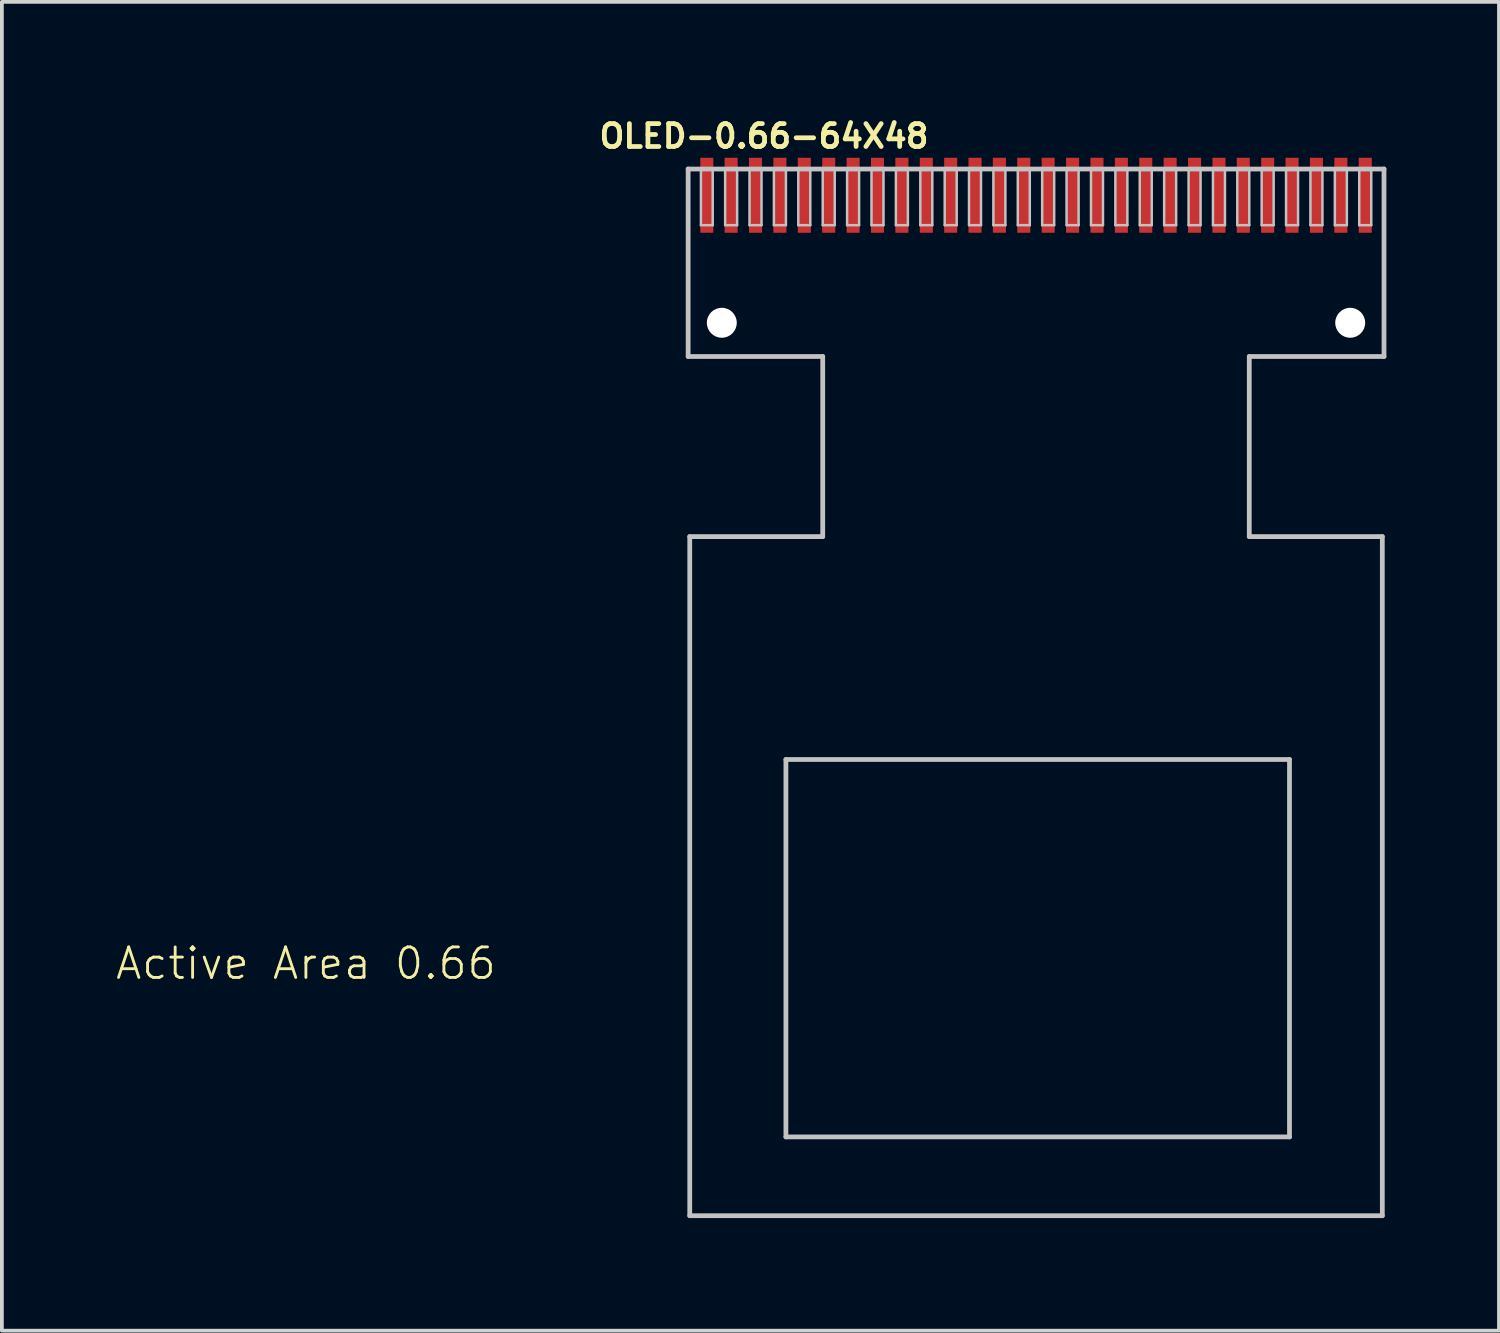
<source format=kicad_pcb>
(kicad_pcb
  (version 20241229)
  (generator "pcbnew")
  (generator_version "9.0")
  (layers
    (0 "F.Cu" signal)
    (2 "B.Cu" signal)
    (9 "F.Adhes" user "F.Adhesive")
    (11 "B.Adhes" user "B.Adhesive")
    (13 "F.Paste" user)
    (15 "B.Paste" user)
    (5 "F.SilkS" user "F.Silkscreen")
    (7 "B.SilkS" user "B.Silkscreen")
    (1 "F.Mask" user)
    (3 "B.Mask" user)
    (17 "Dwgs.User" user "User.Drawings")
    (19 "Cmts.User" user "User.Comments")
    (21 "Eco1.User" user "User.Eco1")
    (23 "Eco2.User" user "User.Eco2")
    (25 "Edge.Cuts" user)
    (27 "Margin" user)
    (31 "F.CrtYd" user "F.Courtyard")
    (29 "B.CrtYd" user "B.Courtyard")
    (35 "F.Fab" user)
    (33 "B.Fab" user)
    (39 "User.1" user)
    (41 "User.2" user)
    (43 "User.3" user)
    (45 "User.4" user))
  (footprint "OLED-0.66-64X48"
    (layer "F.Cu")
    (at 15.789 2.154)
    (property "Reference" "OLED-0.66-64X48" (at 1.524 -1.575 0) (layer "F.SilkS") (effects (font (size 0.61 0.61) (thickness 0.127))))
    (attr smd)
    (fp_line (start -0.498 -0.699) (end -0.498 4.298) (stroke (width 0.127) (type solid)) (layer "Dwgs.User"))
    (fp_line (start -0.498 4.298) (end 3.089 4.298) (stroke (width 0.127) (type solid)) (layer "Dwgs.User"))
    (fp_line (start -0.455 9.098) (end -0.455 27.198) (stroke (width 0.127) (type solid)) (layer "Dwgs.User"))
    (fp_line (start -0.455 27.198) (end 18.004 27.198) (stroke (width 0.127) (type solid)) (layer "Dwgs.User"))
    (fp_line (start -0.157 -0.699) (end 0.157 -0.699) (stroke (width 0.066) (type solid)) (layer "Dwgs.User"))
    (fp_line (start -0.157 0.798) (end -0.157 -0.699) (stroke (width 0.066) (type solid)) (layer "Dwgs.User"))
    (fp_line (start -0.157 0.798) (end 0.157 0.798) (stroke (width 0.066) (type solid)) (layer "Dwgs.User"))
    (fp_line (start 0.157 0.798) (end 0.157 -0.699) (stroke (width 0.066) (type solid)) (layer "Dwgs.User"))
    (fp_line (start 0.488 -0.699) (end 0.808 -0.699) (stroke (width 0.066) (type solid)) (layer "Dwgs.User"))
    (fp_line (start 0.488 0.798) (end 0.488 -0.699) (stroke (width 0.066) (type solid)) (layer "Dwgs.User"))
    (fp_line (start 0.488 0.798) (end 0.808 0.798) (stroke (width 0.066) (type solid)) (layer "Dwgs.User"))
    (fp_line (start 0.808 0.798) (end 0.808 -0.699) (stroke (width 0.066) (type solid)) (layer "Dwgs.User"))
    (fp_line (start 1.138 -0.699) (end 1.458 -0.699) (stroke (width 0.066) (type solid)) (layer "Dwgs.User"))
    (fp_line (start 1.138 0.798) (end 1.138 -0.699) (stroke (width 0.066) (type solid)) (layer "Dwgs.User"))
    (fp_line (start 1.138 0.798) (end 1.458 0.798) (stroke (width 0.066) (type solid)) (layer "Dwgs.User"))
    (fp_line (start 1.458 0.798) (end 1.458 -0.699) (stroke (width 0.066) (type solid)) (layer "Dwgs.User"))
    (fp_line (start 1.788 -0.699) (end 2.108 -0.699) (stroke (width 0.066) (type solid)) (layer "Dwgs.User"))
    (fp_line (start 1.788 0.798) (end 1.788 -0.699) (stroke (width 0.066) (type solid)) (layer "Dwgs.User"))
    (fp_line (start 1.788 0.798) (end 2.108 0.798) (stroke (width 0.066) (type solid)) (layer "Dwgs.User"))
    (fp_line (start 2.108 0.798) (end 2.108 -0.699) (stroke (width 0.066) (type solid)) (layer "Dwgs.User"))
    (fp_line (start 2.108 15.039) (end 2.108 25.098) (stroke (width 0.127) (type solid)) (layer "Dwgs.User"))
    (fp_line (start 2.108 25.098) (end 15.53 25.098) (stroke (width 0.127) (type solid)) (layer "Dwgs.User"))
    (fp_line (start 2.438 -0.699) (end 2.758 -0.699) (stroke (width 0.066) (type solid)) (layer "Dwgs.User"))
    (fp_line (start 2.438 0.798) (end 2.438 -0.699) (stroke (width 0.066) (type solid)) (layer "Dwgs.User"))
    (fp_line (start 2.438 0.798) (end 2.758 0.798) (stroke (width 0.066) (type solid)) (layer "Dwgs.User"))
    (fp_line (start 2.758 0.798) (end 2.758 -0.699) (stroke (width 0.066) (type solid)) (layer "Dwgs.User"))
    (fp_line (start 3.089 -0.699) (end 3.409 -0.699) (stroke (width 0.066) (type solid)) (layer "Dwgs.User"))
    (fp_line (start 3.089 0.798) (end 3.089 -0.699) (stroke (width 0.066) (type solid)) (layer "Dwgs.User"))
    (fp_line (start 3.089 0.798) (end 3.409 0.798) (stroke (width 0.066) (type solid)) (layer "Dwgs.User"))
    (fp_line (start 3.089 4.298) (end 3.089 9.098) (stroke (width 0.127) (type solid)) (layer "Dwgs.User"))
    (fp_line (start 3.089 9.098) (end -0.455 9.098) (stroke (width 0.127) (type solid)) (layer "Dwgs.User"))
    (fp_line (start 3.409 0.798) (end 3.409 -0.699) (stroke (width 0.066) (type solid)) (layer "Dwgs.User"))
    (fp_line (start 3.739 -0.699) (end 4.059 -0.699) (stroke (width 0.066) (type solid)) (layer "Dwgs.User"))
    (fp_line (start 3.739 0.798) (end 3.739 -0.699) (stroke (width 0.066) (type solid)) (layer "Dwgs.User"))
    (fp_line (start 3.739 0.798) (end 4.059 0.798) (stroke (width 0.066) (type solid)) (layer "Dwgs.User"))
    (fp_line (start 4.059 0.798) (end 4.059 -0.699) (stroke (width 0.066) (type solid)) (layer "Dwgs.User"))
    (fp_line (start 4.389 -0.699) (end 4.709 -0.699) (stroke (width 0.066) (type solid)) (layer "Dwgs.User"))
    (fp_line (start 4.389 0.798) (end 4.389 -0.699) (stroke (width 0.066) (type solid)) (layer "Dwgs.User"))
    (fp_line (start 4.389 0.798) (end 4.709 0.798) (stroke (width 0.066) (type solid)) (layer "Dwgs.User"))
    (fp_line (start 4.709 0.798) (end 4.709 -0.699) (stroke (width 0.066) (type solid)) (layer "Dwgs.User"))
    (fp_line (start 5.039 -0.699) (end 5.359 -0.699) (stroke (width 0.066) (type solid)) (layer "Dwgs.User"))
    (fp_line (start 5.039 0.798) (end 5.039 -0.699) (stroke (width 0.066) (type solid)) (layer "Dwgs.User"))
    (fp_line (start 5.039 0.798) (end 5.359 0.798) (stroke (width 0.066) (type solid)) (layer "Dwgs.User"))
    (fp_line (start 5.359 0.798) (end 5.359 -0.699) (stroke (width 0.066) (type solid)) (layer "Dwgs.User"))
    (fp_line (start 5.69 -0.699) (end 6.01 -0.699) (stroke (width 0.066) (type solid)) (layer "Dwgs.User"))
    (fp_line (start 5.69 0.798) (end 5.69 -0.699) (stroke (width 0.066) (type solid)) (layer "Dwgs.User"))
    (fp_line (start 5.69 0.798) (end 6.01 0.798) (stroke (width 0.066) (type solid)) (layer "Dwgs.User"))
    (fp_line (start 6.01 0.798) (end 6.01 -0.699) (stroke (width 0.066) (type solid)) (layer "Dwgs.User"))
    (fp_line (start 6.34 -0.699) (end 6.66 -0.699) (stroke (width 0.066) (type solid)) (layer "Dwgs.User"))
    (fp_line (start 6.34 0.798) (end 6.34 -0.699) (stroke (width 0.066) (type solid)) (layer "Dwgs.User"))
    (fp_line (start 6.34 0.798) (end 6.66 0.798) (stroke (width 0.066) (type solid)) (layer "Dwgs.User"))
    (fp_line (start 6.66 0.798) (end 6.66 -0.699) (stroke (width 0.066) (type solid)) (layer "Dwgs.User"))
    (fp_line (start 6.988 -0.699) (end 7.308 -0.699) (stroke (width 0.066) (type solid)) (layer "Dwgs.User"))
    (fp_line (start 6.988 0.798) (end 6.988 -0.699) (stroke (width 0.066) (type solid)) (layer "Dwgs.User"))
    (fp_line (start 6.988 0.798) (end 7.308 0.798) (stroke (width 0.066) (type solid)) (layer "Dwgs.User"))
    (fp_line (start 7.308 0.798) (end 7.308 -0.699) (stroke (width 0.066) (type solid)) (layer "Dwgs.User"))
    (fp_line (start 7.638 -0.699) (end 7.958 -0.699) (stroke (width 0.066) (type solid)) (layer "Dwgs.User"))
    (fp_line (start 7.638 0.798) (end 7.638 -0.699) (stroke (width 0.066) (type solid)) (layer "Dwgs.User"))
    (fp_line (start 7.638 0.798) (end 7.958 0.798) (stroke (width 0.066) (type solid)) (layer "Dwgs.User"))
    (fp_line (start 7.958 0.798) (end 7.958 -0.699) (stroke (width 0.066) (type solid)) (layer "Dwgs.User"))
    (fp_line (start 8.288 -0.699) (end 8.608 -0.699) (stroke (width 0.066) (type solid)) (layer "Dwgs.User"))
    (fp_line (start 8.288 0.798) (end 8.288 -0.699) (stroke (width 0.066) (type solid)) (layer "Dwgs.User"))
    (fp_line (start 8.288 0.798) (end 8.608 0.798) (stroke (width 0.066) (type solid)) (layer "Dwgs.User"))
    (fp_line (start 8.608 0.798) (end 8.608 -0.699) (stroke (width 0.066) (type solid)) (layer "Dwgs.User"))
    (fp_line (start 8.938 -0.699) (end 9.258 -0.699) (stroke (width 0.066) (type solid)) (layer "Dwgs.User"))
    (fp_line (start 8.938 0.798) (end 8.938 -0.699) (stroke (width 0.066) (type solid)) (layer "Dwgs.User"))
    (fp_line (start 8.938 0.798) (end 9.258 0.798) (stroke (width 0.066) (type solid)) (layer "Dwgs.User"))
    (fp_line (start 9.258 0.798) (end 9.258 -0.699) (stroke (width 0.066) (type solid)) (layer "Dwgs.User"))
    (fp_line (start 9.588 -0.699) (end 9.909 -0.699) (stroke (width 0.066) (type solid)) (layer "Dwgs.User"))
    (fp_line (start 9.588 0.798) (end 9.588 -0.699) (stroke (width 0.066) (type solid)) (layer "Dwgs.User"))
    (fp_line (start 9.588 0.798) (end 9.909 0.798) (stroke (width 0.066) (type solid)) (layer "Dwgs.User"))
    (fp_line (start 9.909 0.798) (end 9.909 -0.699) (stroke (width 0.066) (type solid)) (layer "Dwgs.User"))
    (fp_line (start 10.239 -0.699) (end 10.559 -0.699) (stroke (width 0.066) (type solid)) (layer "Dwgs.User"))
    (fp_line (start 10.239 0.798) (end 10.239 -0.699) (stroke (width 0.066) (type solid)) (layer "Dwgs.User"))
    (fp_line (start 10.239 0.798) (end 10.559 0.798) (stroke (width 0.066) (type solid)) (layer "Dwgs.User"))
    (fp_line (start 10.559 0.798) (end 10.559 -0.699) (stroke (width 0.066) (type solid)) (layer "Dwgs.User"))
    (fp_line (start 10.889 -0.699) (end 11.209 -0.699) (stroke (width 0.066) (type solid)) (layer "Dwgs.User"))
    (fp_line (start 10.889 0.798) (end 10.889 -0.699) (stroke (width 0.066) (type solid)) (layer "Dwgs.User"))
    (fp_line (start 10.889 0.798) (end 11.209 0.798) (stroke (width 0.066) (type solid)) (layer "Dwgs.User"))
    (fp_line (start 11.209 0.798) (end 11.209 -0.699) (stroke (width 0.066) (type solid)) (layer "Dwgs.User"))
    (fp_line (start 11.539 -0.699) (end 11.859 -0.699) (stroke (width 0.066) (type solid)) (layer "Dwgs.User"))
    (fp_line (start 11.539 0.798) (end 11.539 -0.699) (stroke (width 0.066) (type solid)) (layer "Dwgs.User"))
    (fp_line (start 11.539 0.798) (end 11.859 0.798) (stroke (width 0.066) (type solid)) (layer "Dwgs.User"))
    (fp_line (start 11.859 0.798) (end 11.859 -0.699) (stroke (width 0.066) (type solid)) (layer "Dwgs.User"))
    (fp_line (start 12.189 -0.699) (end 12.509 -0.699) (stroke (width 0.066) (type solid)) (layer "Dwgs.User"))
    (fp_line (start 12.189 0.798) (end 12.189 -0.699) (stroke (width 0.066) (type solid)) (layer "Dwgs.User"))
    (fp_line (start 12.189 0.798) (end 12.509 0.798) (stroke (width 0.066) (type solid)) (layer "Dwgs.User"))
    (fp_line (start 12.509 0.798) (end 12.509 -0.699) (stroke (width 0.066) (type solid)) (layer "Dwgs.User"))
    (fp_line (start 12.84 -0.699) (end 13.16 -0.699) (stroke (width 0.066) (type solid)) (layer "Dwgs.User"))
    (fp_line (start 12.84 0.798) (end 12.84 -0.699) (stroke (width 0.066) (type solid)) (layer "Dwgs.User"))
    (fp_line (start 12.84 0.798) (end 13.16 0.798) (stroke (width 0.066) (type solid)) (layer "Dwgs.User"))
    (fp_line (start 13.16 0.798) (end 13.16 -0.699) (stroke (width 0.066) (type solid)) (layer "Dwgs.User"))
    (fp_line (start 13.49 -0.699) (end 13.81 -0.699) (stroke (width 0.066) (type solid)) (layer "Dwgs.User"))
    (fp_line (start 13.49 0.798) (end 13.49 -0.699) (stroke (width 0.066) (type solid)) (layer "Dwgs.User"))
    (fp_line (start 13.49 0.798) (end 13.81 0.798) (stroke (width 0.066) (type solid)) (layer "Dwgs.User"))
    (fp_line (start 13.81 0.798) (end 13.81 -0.699) (stroke (width 0.066) (type solid)) (layer "Dwgs.User"))
    (fp_line (start 14.138 -0.699) (end 14.458 -0.699) (stroke (width 0.066) (type solid)) (layer "Dwgs.User"))
    (fp_line (start 14.138 0.798) (end 14.138 -0.699) (stroke (width 0.066) (type solid)) (layer "Dwgs.User"))
    (fp_line (start 14.138 0.798) (end 14.458 0.798) (stroke (width 0.066) (type solid)) (layer "Dwgs.User"))
    (fp_line (start 14.458 0.798) (end 14.458 -0.699) (stroke (width 0.066) (type solid)) (layer "Dwgs.User"))
    (fp_line (start 14.458 4.298) (end 18.049 4.298) (stroke (width 0.127) (type solid)) (layer "Dwgs.User"))
    (fp_line (start 14.458 9.098) (end 14.458 4.298) (stroke (width 0.127) (type solid)) (layer "Dwgs.User"))
    (fp_line (start 14.788 -0.699) (end 15.108 -0.699) (stroke (width 0.066) (type solid)) (layer "Dwgs.User"))
    (fp_line (start 14.788 0.798) (end 14.788 -0.699) (stroke (width 0.066) (type solid)) (layer "Dwgs.User"))
    (fp_line (start 14.788 0.798) (end 15.108 0.798) (stroke (width 0.066) (type solid)) (layer "Dwgs.User"))
    (fp_line (start 15.108 0.798) (end 15.108 -0.699) (stroke (width 0.066) (type solid)) (layer "Dwgs.User"))
    (fp_line (start 15.438 -0.699) (end 15.758 -0.699) (stroke (width 0.066) (type solid)) (layer "Dwgs.User"))
    (fp_line (start 15.438 0.798) (end 15.438 -0.699) (stroke (width 0.066) (type solid)) (layer "Dwgs.User"))
    (fp_line (start 15.438 0.798) (end 15.758 0.798) (stroke (width 0.066) (type solid)) (layer "Dwgs.User"))
    (fp_line (start 15.53 15.039) (end 2.108 15.039) (stroke (width 0.127) (type solid)) (layer "Dwgs.User"))
    (fp_line (start 15.53 25.098) (end 15.53 15.039) (stroke (width 0.127) (type solid)) (layer "Dwgs.User"))
    (fp_line (start 15.758 0.798) (end 15.758 -0.699) (stroke (width 0.066) (type solid)) (layer "Dwgs.User"))
    (fp_line (start 16.088 -0.699) (end 16.408 -0.699) (stroke (width 0.066) (type solid)) (layer "Dwgs.User"))
    (fp_line (start 16.088 0.798) (end 16.088 -0.699) (stroke (width 0.066) (type solid)) (layer "Dwgs.User"))
    (fp_line (start 16.088 0.798) (end 16.408 0.798) (stroke (width 0.066) (type solid)) (layer "Dwgs.User"))
    (fp_line (start 16.408 0.798) (end 16.408 -0.699) (stroke (width 0.066) (type solid)) (layer "Dwgs.User"))
    (fp_line (start 16.739 -0.699) (end 17.059 -0.699) (stroke (width 0.066) (type solid)) (layer "Dwgs.User"))
    (fp_line (start 16.739 0.798) (end 16.739 -0.699) (stroke (width 0.066) (type solid)) (layer "Dwgs.User"))
    (fp_line (start 16.739 0.798) (end 17.059 0.798) (stroke (width 0.066) (type solid)) (layer "Dwgs.User"))
    (fp_line (start 17.059 0.798) (end 17.059 -0.699) (stroke (width 0.066) (type solid)) (layer "Dwgs.User"))
    (fp_line (start 17.389 -0.699) (end 17.709 -0.699) (stroke (width 0.066) (type solid)) (layer "Dwgs.User"))
    (fp_line (start 17.389 0.798) (end 17.389 -0.699) (stroke (width 0.066) (type solid)) (layer "Dwgs.User"))
    (fp_line (start 17.389 0.798) (end 17.709 0.798) (stroke (width 0.066) (type solid)) (layer "Dwgs.User"))
    (fp_line (start 17.709 0.798) (end 17.709 -0.699) (stroke (width 0.066) (type solid)) (layer "Dwgs.User"))
    (fp_line (start 18.004 9.098) (end 14.458 9.098) (stroke (width 0.127) (type solid)) (layer "Dwgs.User"))
    (fp_line (start 18.004 27.198) (end 18.004 9.098) (stroke (width 0.127) (type solid)) (layer "Dwgs.User"))
    (fp_line (start 18.049 -0.699) (end -0.498 -0.699) (stroke (width 0.127) (type solid)) (layer "Dwgs.User"))
    (fp_line (start 18.049 4.298) (end 18.049 -0.699) (stroke (width 0.127) (type solid)) (layer "Dwgs.User"))
    (fp_text user "Active Area 0.66" (at -10.686 20.475 180) (layer "F.SilkS") (effects (font (size 0.813 0.813) (thickness 0.076))))
    (pad "" np_thru_hole circle (at 0.399 3.399) (size 0.798 0.798) (drill 0.798) (layers "*.Cu" "*.Mask"))
    (pad "" np_thru_hole circle (at 17.148 3.399) (size 0.798 0.798) (drill 0.798) (layers "*.Cu" "*.Mask"))
    (pad "1" smd rect (at 0 0) (size 0.348 1.999) (layers "F.Cu" "F.Mask" "F.Paste"))
    (pad "2" smd rect (at 0.648 0) (size 0.348 1.999) (layers "F.Cu" "F.Mask" "F.Paste"))
    (pad "3" smd rect (at 1.298 0) (size 0.348 1.999) (layers "F.Cu" "F.Mask" "F.Paste"))
    (pad "4" smd rect (at 1.948 0) (size 0.348 1.999) (layers "F.Cu" "F.Mask" "F.Paste"))
    (pad "5" smd rect (at 2.598 0) (size 0.348 1.999) (layers "F.Cu" "F.Mask" "F.Paste"))
    (pad "6" smd rect (at 3.249 0) (size 0.348 1.999) (layers "F.Cu" "F.Mask" "F.Paste"))
    (pad "7" smd rect (at 3.899 0) (size 0.348 1.999) (layers "F.Cu" "F.Mask" "F.Paste"))
    (pad "8" smd rect (at 4.549 0) (size 0.348 1.999) (layers "F.Cu" "F.Mask" "F.Paste"))
    (pad "9" smd rect (at 5.199 0) (size 0.348 1.999) (layers "F.Cu" "F.Mask" "F.Paste"))
    (pad "10" smd rect (at 5.85 0) (size 0.348 1.999) (layers "F.Cu" "F.Mask" "F.Paste"))
    (pad "11" smd rect (at 6.5 0) (size 0.348 1.999) (layers "F.Cu" "F.Mask" "F.Paste"))
    (pad "12" smd rect (at 7.148 0) (size 0.348 1.999) (layers "F.Cu" "F.Mask" "F.Paste"))
    (pad "13" smd rect (at 7.798 0) (size 0.348 1.999) (layers "F.Cu" "F.Mask" "F.Paste"))
    (pad "14" smd rect (at 8.448 0) (size 0.348 1.999) (layers "F.Cu" "F.Mask" "F.Paste"))
    (pad "15" smd rect (at 9.098 0) (size 0.348 1.999) (layers "F.Cu" "F.Mask" "F.Paste"))
    (pad "16" smd rect (at 9.749 0) (size 0.348 1.999) (layers "F.Cu" "F.Mask" "F.Paste"))
    (pad "17" smd rect (at 10.399 0) (size 0.348 1.999) (layers "F.Cu" "F.Mask" "F.Paste"))
    (pad "18" smd rect (at 11.049 0) (size 0.348 1.999) (layers "F.Cu" "F.Mask" "F.Paste"))
    (pad "19" smd rect (at 11.699 0) (size 0.348 1.999) (layers "F.Cu" "F.Mask" "F.Paste"))
    (pad "20" smd rect (at 12.349 0) (size 0.348 1.999) (layers "F.Cu" "F.Mask" "F.Paste"))
    (pad "21" smd rect (at 13 0) (size 0.348 1.999) (layers "F.Cu" "F.Mask" "F.Paste"))
    (pad "22" smd rect (at 13.65 0) (size 0.348 1.999) (layers "F.Cu" "F.Mask" "F.Paste"))
    (pad "23" smd rect (at 14.298 0) (size 0.348 1.999) (layers "F.Cu" "F.Mask" "F.Paste"))
    (pad "24" smd rect (at 14.948 0) (size 0.348 1.999) (layers "F.Cu" "F.Mask" "F.Paste"))
    (pad "25" smd rect (at 15.598 0) (size 0.348 1.999) (layers "F.Cu" "F.Mask" "F.Paste"))
    (pad "26" smd rect (at 16.248 0) (size 0.348 1.999) (layers "F.Cu" "F.Mask" "F.Paste"))
    (pad "27" smd rect (at 16.899 0) (size 0.348 1.999) (layers "F.Cu" "F.Mask" "F.Paste"))
    (pad "28" smd rect (at 17.549 0) (size 0.348 1.999) (layers "F.Cu" "F.Mask" "F.Paste")))
  (gr_rect
    (start -3 -3)
    (end 36.902 32.416)
    (stroke (width 0.1) (type default))
    (fill no)
    (layer "Edge.Cuts")))
</source>
